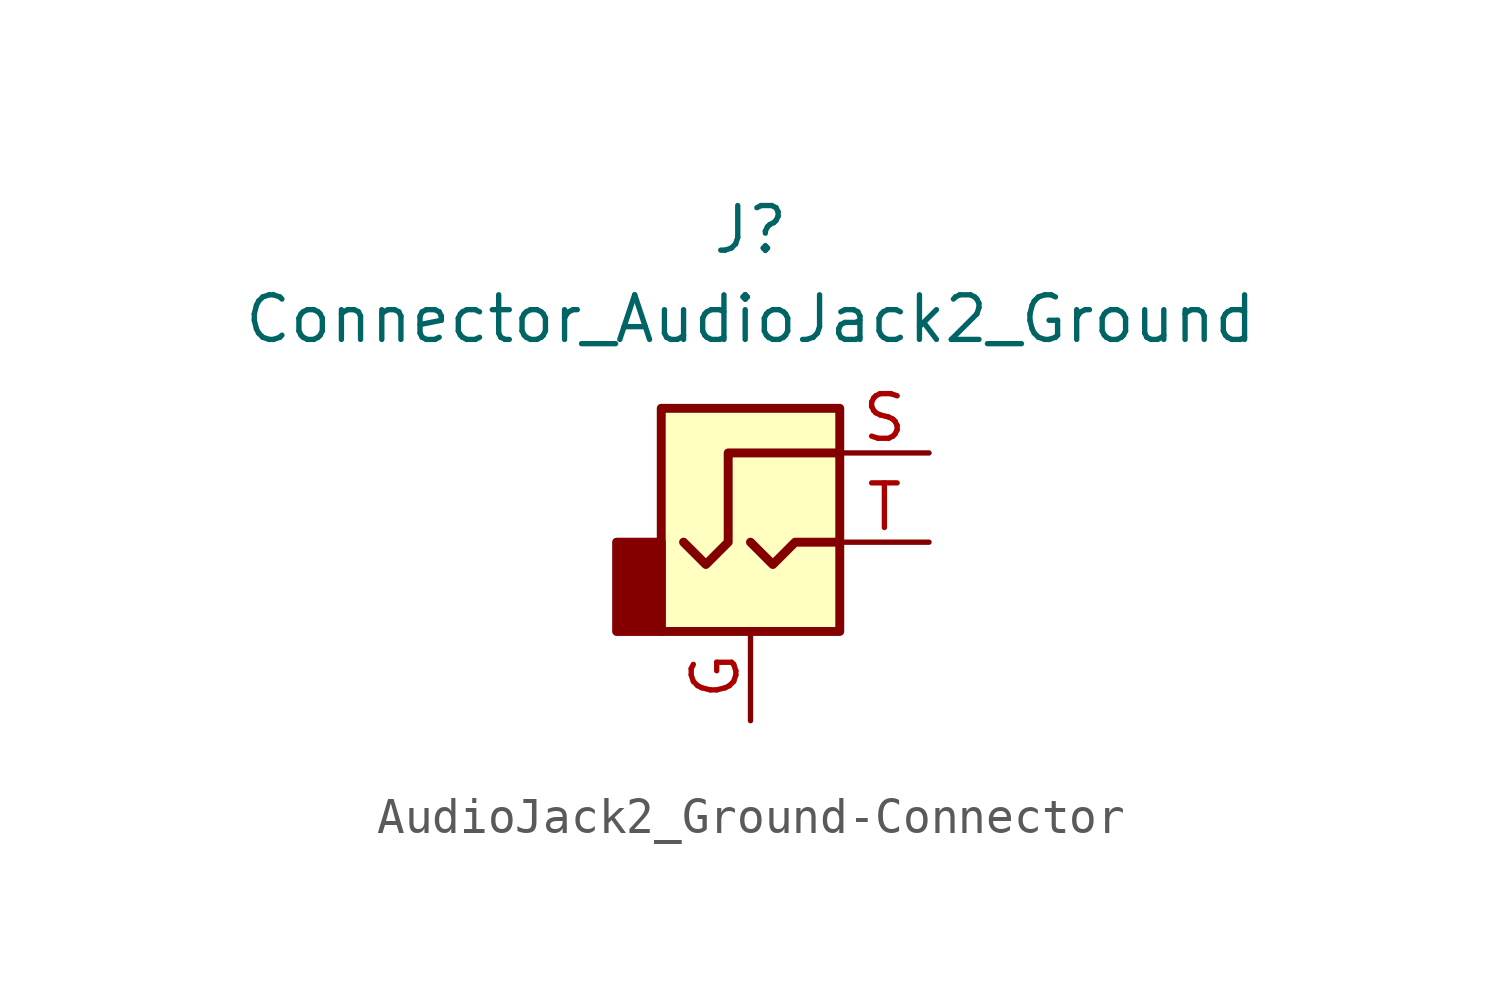
<source format=kicad_sym>
(kicad_symbol_lib
  (version 20220914)
  (generator kicad_symbol_editor)
  (symbol "AudioJack2_Ground-Connector"
    (property "Reference" "J"
      (at 0 8.89 0)
      (effects (font (size 1.27 1.27))))
    (property "Value" "Connector_AudioJack2_Ground"
      (at 0 6.35 0)
      (effects (font (size 1.27 1.27))))
    (symbol "AudioJack2_Ground-Connector_0_1"
      (rectangle (start -2.54 -2.54) (end -3.81 0) (stroke (width 0.254) (type solid)) (fill (type outline)))
      (polyline (pts (xy 0 0) (xy 0.635 -0.635) (xy 1.27 0) (xy 2.54 0)) (stroke (width 0.254) (type solid)) (fill (type none)))
      (polyline (pts (xy 2.54 2.54) (xy -0.635 2.54) (xy -0.635 0) (xy -1.27 -0.635) (xy -1.905 0)) (stroke (width 0.254) (type solid)) (fill (type none)))
      (rectangle (start 2.54 3.81) (end -2.54 -2.54) (stroke (width 0.254) (type solid)) (fill (type background))))
    (symbol "AudioJack2_Ground-Connector_1_1"
      (pin passive line (at 0 -5.08 90) (length 2.54) (name "~" (effects (font (size 1.27 1.27)))) (number "G" (effects (font (size 1.27 1.27)))))
      (pin passive line (at 5.08 2.54 180) (length 2.54) (name "~" (effects (font (size 1.27 1.27)))) (number "S" (effects (font (size 1.27 1.27)))))
      (pin passive line (at 5.08 0 180) (length 2.54) (name "~" (effects (font (size 1.27 1.27)))) (number "T" (effects (font (size 1.27 1.27))))))))
</source>
